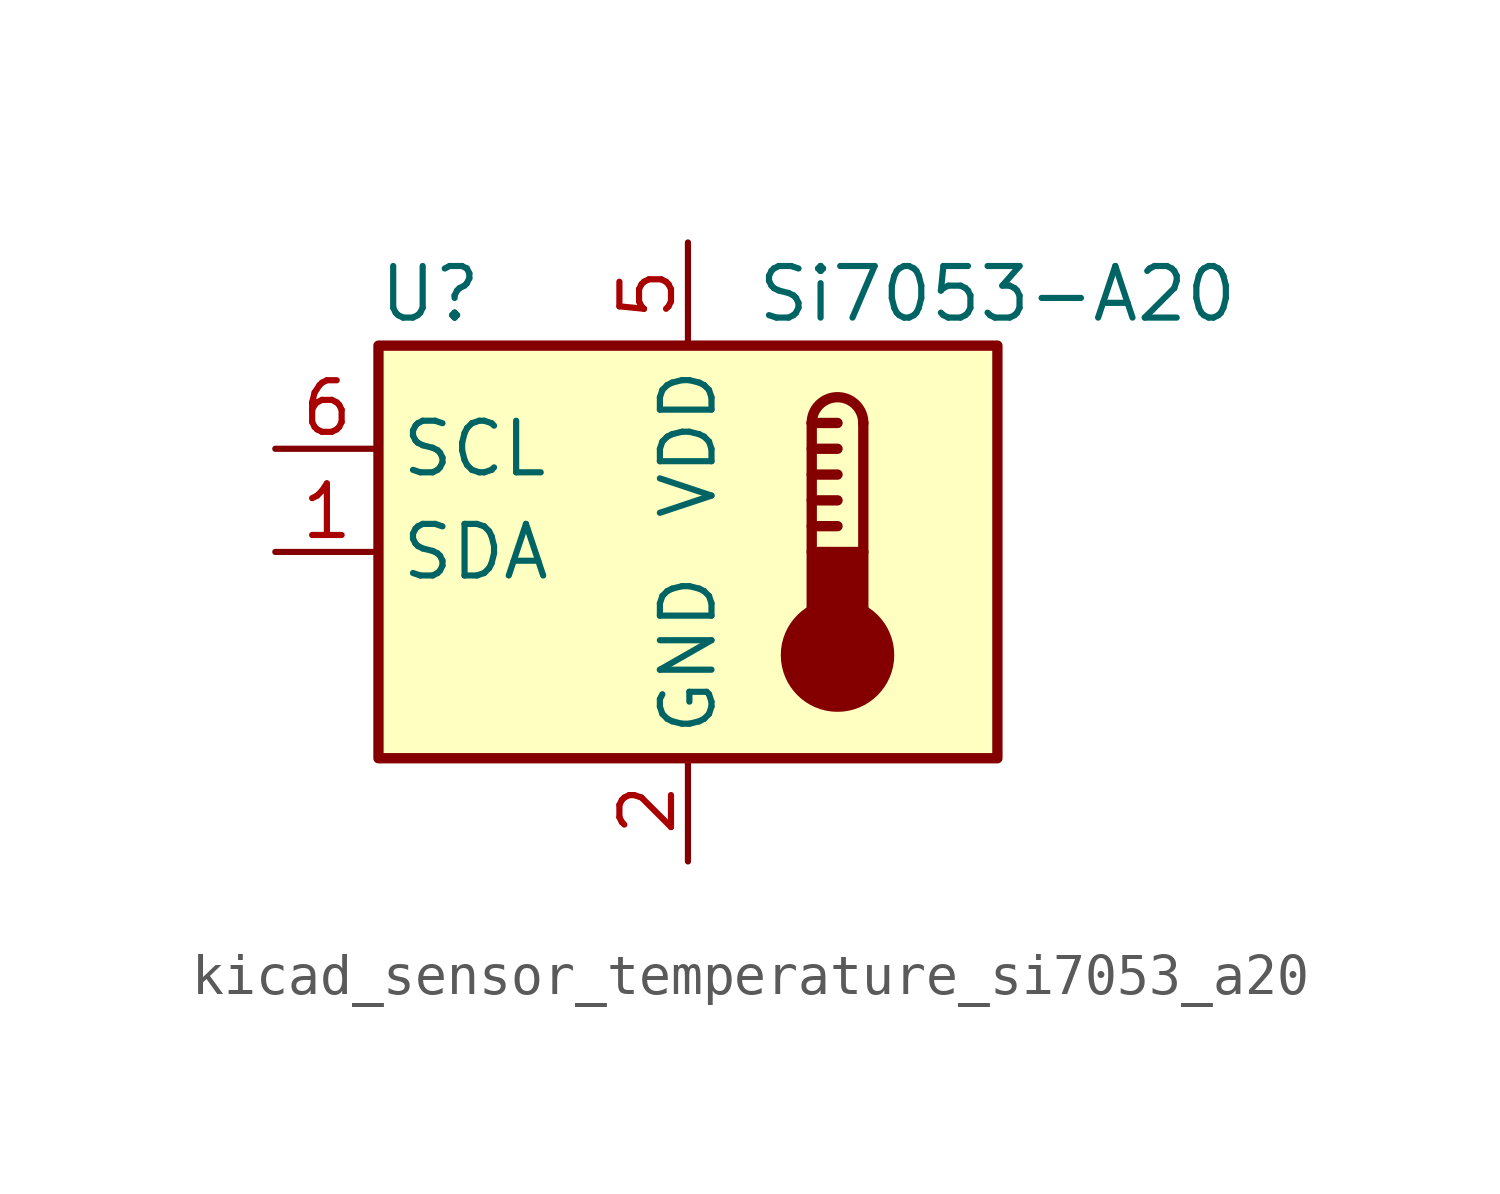
<source format=kicad_sym>
(kicad_symbol_lib
  (version 20220914)
  (generator kicad_symbol_editor)
  (symbol "kicad_sensor_temperature_si7053_a20"
    (property "Reference" "U"
      (at -6.35 6.35 0)
      (effects (font (size 1.27 1.27))))
    (property "Value" "Si7053-A20"
      (at 7.62 6.35 0)
      (effects (font (size 1.27 1.27))))
    (symbol "kicad_sensor_temperature_si7053_a20_0_1"
      (rectangle (start -7.62 5.08) (end 7.62 -5.08) (stroke (width 0.254) (type default)) (fill (type background))))
    (symbol "kicad_sensor_temperature_si7053_a20_1_1"
      (polyline (pts (xy 3.048 0.635) (xy 3.683 0.635)) (stroke (width 0.254) (type default)) (fill (type none)))
      (polyline (pts (xy 3.048 1.27) (xy 3.683 1.27)) (stroke (width 0.254) (type default)) (fill (type none)))
      (polyline (pts (xy 3.048 1.905) (xy 3.683 1.905)) (stroke (width 0.254) (type default)) (fill (type none)))
      (polyline (pts (xy 3.048 2.54) (xy 3.683 2.54)) (stroke (width 0.254) (type default)) (fill (type none)))
      (polyline (pts (xy 3.048 3.175) (xy 3.048 0)) (stroke (width 0.254) (type default)) (fill (type none)))
      (polyline (pts (xy 3.048 3.175) (xy 3.683 3.175)) (stroke (width 0.254) (type default)) (fill (type none)))
      (polyline (pts (xy 4.318 3.175) (xy 4.318 0)) (stroke (width 0.254) (type default)) (fill (type none)))
      (circle (center 3.683 -2.54) (radius 1.27) (stroke (width 0.254) (type default)) (fill (type outline)))
      (rectangle (start 4.318 -1.905) (end 3.048 0) (stroke (width 0.254) (type default)) (fill (type outline)))
      (arc (start 4.318 3.175) (mid 3.683 3.8073) (end 3.048 3.175) (stroke (width 0.254) (type default)) (fill (type none)))
      (pin bidirectional line (at -10.16 0 0) (length 2.54) (name "SDA" (effects (font (size 1.27 1.27)))) (number "1" (effects (font (size 1.27 1.27)))))
      (pin power_in line (at 0 -7.62 90) (length 2.54) (name "GND" (effects (font (size 1.27 1.27)))) (number "2" (effects (font (size 1.27 1.27)))))
      (pin no_connect line (at 7.62 2.54 180) (length 2.54) hide (name "NC" (effects (font (size 1.27 1.27)))) (number "3" (effects (font (size 1.27 1.27)))))
      (pin no_connect line (at 7.62 -2.54 180) (length 2.54) hide (name "NC" (effects (font (size 1.27 1.27)))) (number "4" (effects (font (size 1.27 1.27)))))
      (pin power_in line (at 0 7.62 270) (length 2.54) (name "VDD" (effects (font (size 1.27 1.27)))) (number "5" (effects (font (size 1.27 1.27)))))
      (pin input line (at -10.16 2.54 0) (length 2.54) (name "SCL" (effects (font (size 1.27 1.27)))) (number "6" (effects (font (size 1.27 1.27))))))))
</source>
